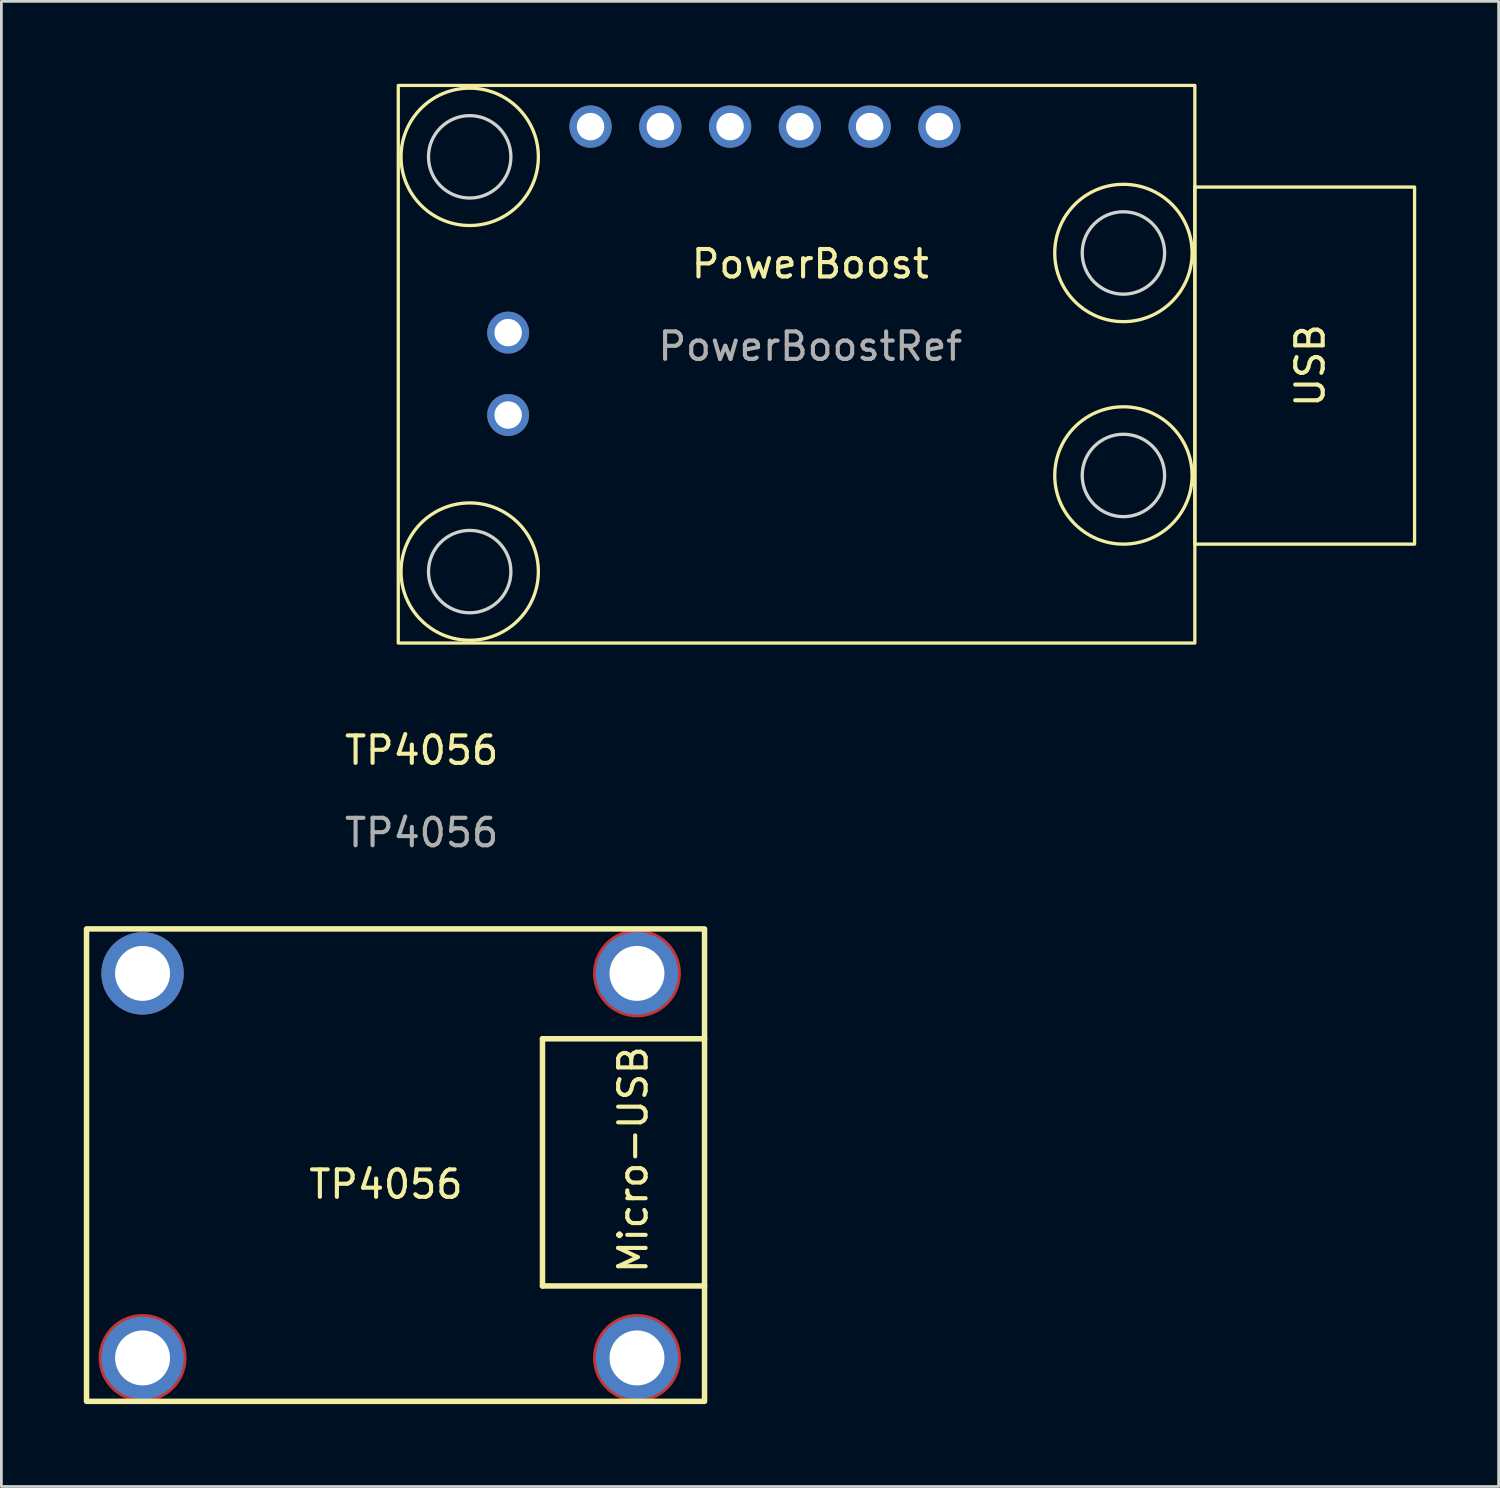
<source format=kicad_pcb>
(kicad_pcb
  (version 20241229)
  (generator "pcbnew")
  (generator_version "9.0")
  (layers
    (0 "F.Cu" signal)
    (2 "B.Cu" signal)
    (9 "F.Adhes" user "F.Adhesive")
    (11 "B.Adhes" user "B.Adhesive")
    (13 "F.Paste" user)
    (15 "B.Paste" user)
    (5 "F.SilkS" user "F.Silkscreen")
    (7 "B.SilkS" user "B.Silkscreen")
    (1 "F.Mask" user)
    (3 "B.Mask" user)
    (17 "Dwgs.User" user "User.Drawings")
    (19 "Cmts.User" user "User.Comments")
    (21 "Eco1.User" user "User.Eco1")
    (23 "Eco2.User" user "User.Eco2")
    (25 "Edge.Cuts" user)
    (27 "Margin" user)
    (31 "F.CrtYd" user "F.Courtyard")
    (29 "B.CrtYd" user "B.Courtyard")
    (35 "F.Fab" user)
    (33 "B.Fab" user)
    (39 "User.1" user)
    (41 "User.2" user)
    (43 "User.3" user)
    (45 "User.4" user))
  (footprint "TP4056"
    (layer "F.Cu")
    (at 12.3 24.768)
    (property "Reference" "TP4056" (at 0 -0.5 0) (unlocked yes) (layer "F.SilkS") (effects (font (size 1 1) (thickness 0.15))))
    (attr through_hole)
    (fp_circle (center -10.16 21.62) (end -8.66 21.62) (stroke (width 0.2) (type solid)) (fill no) (layer "F.Cu"))
    (fp_circle (center 7.84 7.62) (end 9.34 7.62) (stroke (width 0.2) (type solid)) (fill no) (layer "F.Cu"))
    (fp_circle (center 7.84 21.62) (end 9.34 21.62) (stroke (width 0.2) (type solid)) (fill no) (layer "F.Cu"))
    (fp_line (start 4.4 10) (end 4.4 19) (stroke (width 0.2) (type solid)) (layer "F.SilkS"))
    (fp_line (start 4.4 10) (end 10.3 10) (stroke (width 0.2) (type solid)) (layer "F.SilkS"))
    (fp_line (start 4.4 19) (end 10.3 19) (stroke (width 0.2) (type solid)) (layer "F.SilkS"))
    (fp_rect (start -12.2 6) (end 10.3 23.2) (stroke (width 0.2) (type solid)) (fill no) (layer "F.SilkS"))
    (fp_text user "TP4056" (at -1.3 15.3 0) (unlocked yes) (layer "F.SilkS") (effects (font (size 1 1) (thickness 0.15))))
    (fp_text user "Micro-USB" (at 7.7 14.4 90) (unlocked yes) (layer "F.SilkS") (effects (font (size 1 1) (thickness 0.15))))
    (fp_text user "${REFERENCE}" (at 0 2.5 0) (unlocked yes) (layer "F.Fab") (effects (font (size 1 1) (thickness 0.15))))
    (pad "1" thru_hole circle (at -10.16 7.62) (size 3 3) (drill 2) (layers "*.Cu" "*.Mask"))
    (pad "2" thru_hole circle (at -10.16 21.62) (size 3 3) (drill 2) (layers "*.Cu" "*.Mask"))
    (pad "3" thru_hole circle (at 7.84 7.62) (size 3 3) (drill 2) (layers "*.Cu" "*.Mask"))
    (pad "4" thru_hole circle (at 7.84 21.62) (size 3 3) (drill 2) (layers "*.Cu" "*.Mask")))
  (footprint "PowerBoost"
    (layer "F.Cu")
    (at 0.25 4.06)
    (property "Reference" "PowerBoost" (at 26.2 2.5 0) (unlocked yes) (layer "F.SilkS") (effects (font (size 1 1) (thickness 0.15))))
    (attr through_hole)
    (fp_rect (start 40.2 -4) (end 11.2 16.3) (stroke (width 0.12) (type solid)) (fill no) (layer "F.SilkS"))
    (fp_rect (start 40.2 -0.3) (end 48.2 12.7) (stroke (width 0.12) (type solid)) (fill no) (layer "F.SilkS"))
    (fp_circle (center 13.8 -1.4) (end 16.3 -1.4) (stroke (width 0.12) (type solid)) (fill no) (layer "F.SilkS"))
    (fp_circle (center 13.8 13.7) (end 16.3 13.7) (stroke (width 0.12) (type solid)) (fill no) (layer "F.SilkS"))
    (fp_circle (center 37.6 2.1) (end 40.1 2.1) (stroke (width 0.12) (type solid)) (fill no) (layer "F.SilkS"))
    (fp_circle (center 37.6 10.2) (end 40.1 10.2) (stroke (width 0.12) (type solid)) (fill no) (layer "F.SilkS"))
    (fp_circle (center 13.8 -1.4) (end 15.3 -1.4) (stroke (width 0.12) (type solid)) (fill no) (layer "Edge.Cuts"))
    (fp_circle (center 13.8 13.7) (end 15.3 13.7) (stroke (width 0.12) (type solid)) (fill no) (layer "Edge.Cuts"))
    (fp_circle (center 37.6 2.1) (end 39.1 2.1) (stroke (width 0.12) (type solid)) (fill no) (layer "Edge.Cuts"))
    (fp_circle (center 37.6 10.2) (end 39.1 10.2) (stroke (width 0.12) (type solid)) (fill no) (layer "Edge.Cuts"))
    (fp_text user "USB" (at 44.4 6.2 90) (unlocked yes) (layer "F.SilkS") (effects (font (size 1 1) (thickness 0.15))))
    (fp_text user "PowerBoostRef" (at 26.2 5.5 0) (unlocked yes) (layer "F.Fab") (effects (font (size 1 1) (thickness 0.15))))
    (pad "1" thru_hole circle (at 15.2 5) (size 1.524 1.524) (drill 1) (layers "*.Cu" "*.Mask"))
    (pad "2" thru_hole circle (at 15.2 8) (size 1.524 1.524) (drill 1) (layers "*.Cu" "*.Mask"))
    (pad "3" thru_hole circle (at 18.2 -2.5) (size 1.54 1.54) (drill 1) (layers "*.Cu" "*.Mask"))
    (pad "4" thru_hole circle (at 20.74 -2.5) (size 1.54 1.54) (drill 1) (layers "*.Cu" "*.Mask"))
    (pad "5" thru_hole circle (at 23.28 -2.5) (size 1.54 1.54) (drill 1) (layers "*.Cu" "*.Mask"))
    (pad "6" thru_hole circle (at 25.82 -2.5) (size 1.54 1.54) (drill 1) (layers "*.Cu" "*.Mask"))
    (pad "7" thru_hole circle (at 28.36 -2.5) (size 1.54 1.54) (drill 1) (layers "*.Cu" "*.Mask"))
    (pad "8" thru_hole circle (at 30.9 -2.5) (size 1.54 1.54) (drill 1) (layers "*.Cu" "*.Mask")))
  (gr_rect
    (start -3 -3)
    (end 51.51 51.068)
    (stroke (width 0.1) (type default))
    (fill no)
    (layer "Edge.Cuts")))
</source>
